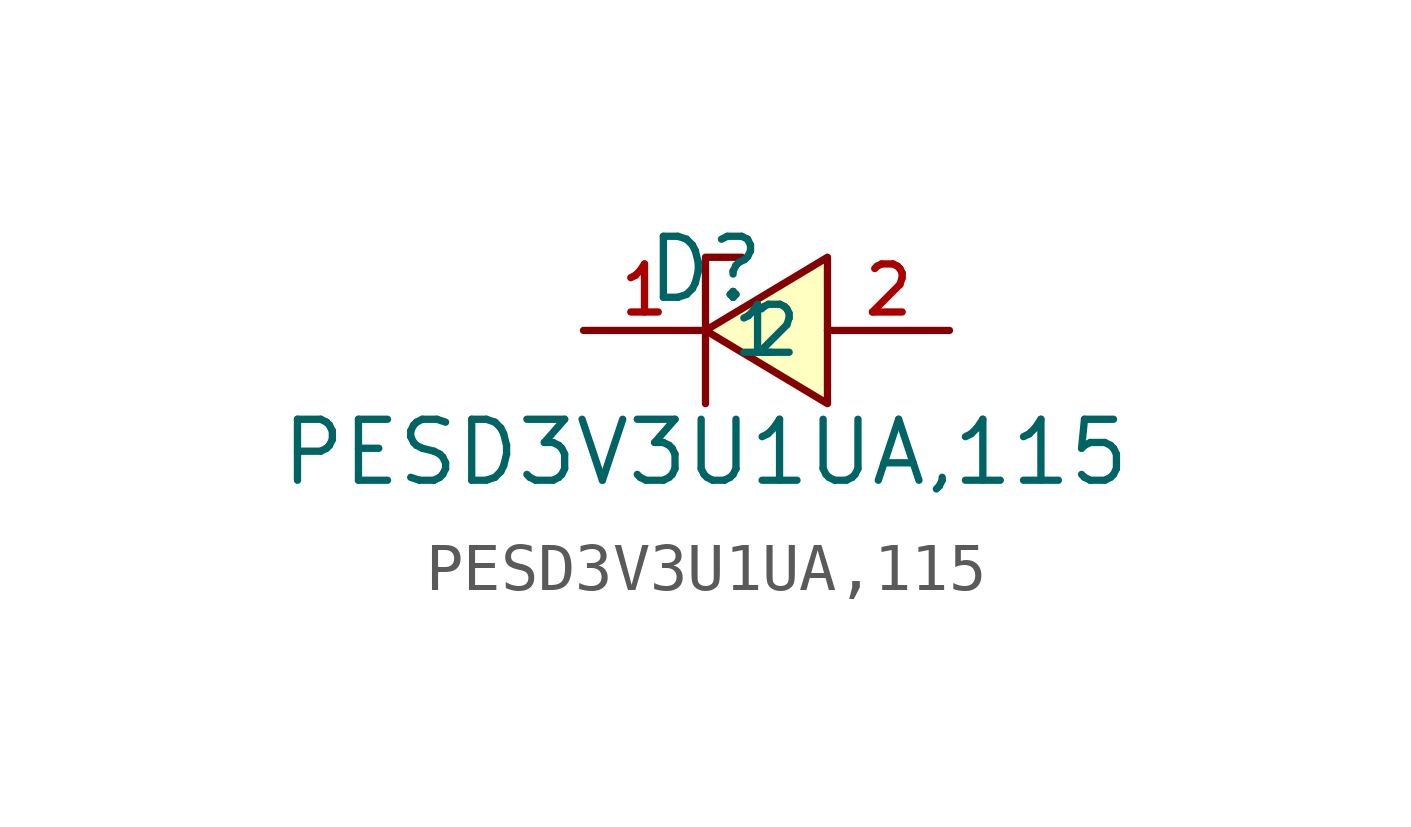
<source format=kicad_sym>
(kicad_symbol_lib
  (version 20210201)
  (generator TousstNicolas/JLC2KiCad_lib)
  (symbol "PESD3V3U1UA,115"
    (property "Reference" "D"
      (at 0 1.27 0)
      (effects (font (size 1.27 1.27))))
    (property "Value" "PESD3V3U1UA,115"
      (at 0 -2.54 0)
      (effects (font (size 1.27 1.27))))
    (symbol "PESD3V3U1UA,115_0_1"
      (pin unspecified line (at 5.08 -0.0 180) (length 2.54) (name "2" (effects (font (size 1 1)))) (number "2" (effects (font (size 1 1)))))
      (pin unspecified line (at -2.54 -0.0 0) (length 2.54) (name "1" (effects (font (size 1 1)))) (number "1" (effects (font (size 1 1)))))
      (polyline (pts (xy 0.0 -1.524) (xy 0.0 1.524) (xy 0.762 1.524)) (stroke (width 0) (type default) (color 0 0 0 0)) (fill (type none)))
      (polyline (pts (xy 2.54 1.524) (xy 0.0 -0.0) (xy 2.54 -1.524) (xy 2.54 1.524)) (stroke (width 0) (type default) (color 0 0 0 0)) (fill (type background))))))
</source>
